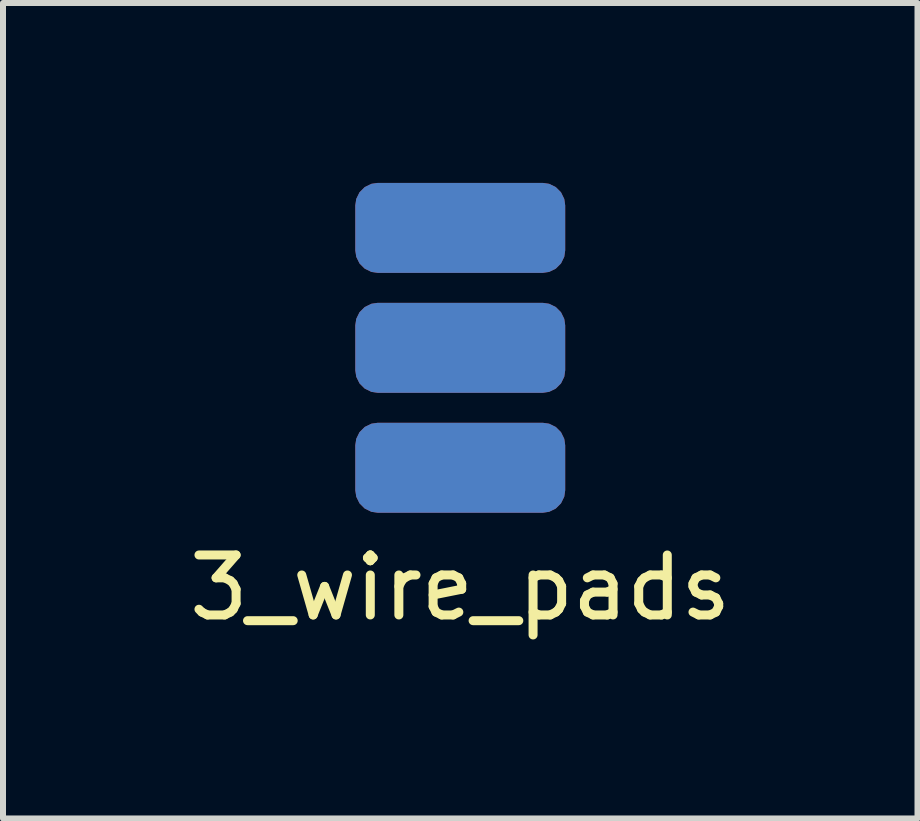
<source format=kicad_pcb>
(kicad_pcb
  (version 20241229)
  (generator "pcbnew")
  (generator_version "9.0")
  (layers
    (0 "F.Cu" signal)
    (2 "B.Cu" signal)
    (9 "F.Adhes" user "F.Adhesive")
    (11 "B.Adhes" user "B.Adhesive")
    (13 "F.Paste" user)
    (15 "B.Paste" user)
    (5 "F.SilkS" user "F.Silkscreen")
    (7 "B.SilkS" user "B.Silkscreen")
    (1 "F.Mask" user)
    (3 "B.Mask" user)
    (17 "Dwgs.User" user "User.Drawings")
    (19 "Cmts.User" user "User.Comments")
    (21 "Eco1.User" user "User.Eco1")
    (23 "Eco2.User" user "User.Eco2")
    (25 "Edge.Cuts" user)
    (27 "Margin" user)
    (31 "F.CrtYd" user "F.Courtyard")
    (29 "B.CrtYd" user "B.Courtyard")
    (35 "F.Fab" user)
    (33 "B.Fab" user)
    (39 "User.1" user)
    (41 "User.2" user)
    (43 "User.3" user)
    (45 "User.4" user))
  (footprint "3_wire_pads"
    (layer "F.Cu")
    (at 4.625 2.75)
    (property "Reference" "3_wire_pads" (at 0 4 0) (layer "F.SilkS") (effects (font (size 1 1) (thickness 0.15))))
    (attr through_hole)
    (pad "1" smd roundrect (at 0 -2) (size 3.5 1.5) (layers "F.Cu" "F.Mask" "F.Paste") (roundrect_rratio 0.25))
    (pad "1" smd roundrect (at 0 -2) (size 3.5 1.5) (layers "B.Cu" "B.Mask" "B.Paste") (roundrect_rratio 0.25))
    (pad "2" smd roundrect (at 0 0) (size 3.5 1.5) (layers "F.Cu" "F.Mask" "F.Paste") (roundrect_rratio 0.25))
    (pad "2" smd roundrect (at 0 0) (size 3.5 1.5) (layers "B.Cu" "B.Mask" "B.Paste") (roundrect_rratio 0.25))
    (pad "3" smd roundrect (at 0 2) (size 3.5 1.5) (layers "F.Cu" "F.Mask" "F.Paste") (roundrect_rratio 0.25))
    (pad "3" smd roundrect (at 0 2) (size 3.5 1.5) (layers "B.Cu" "B.Mask" "B.Paste") (roundrect_rratio 0.25)))
  (gr_rect
    (start -3 -3)
    (end 12.25 10.598)
    (stroke (width 0.1) (type default))
    (fill no)
    (layer "Edge.Cuts")))
</source>
